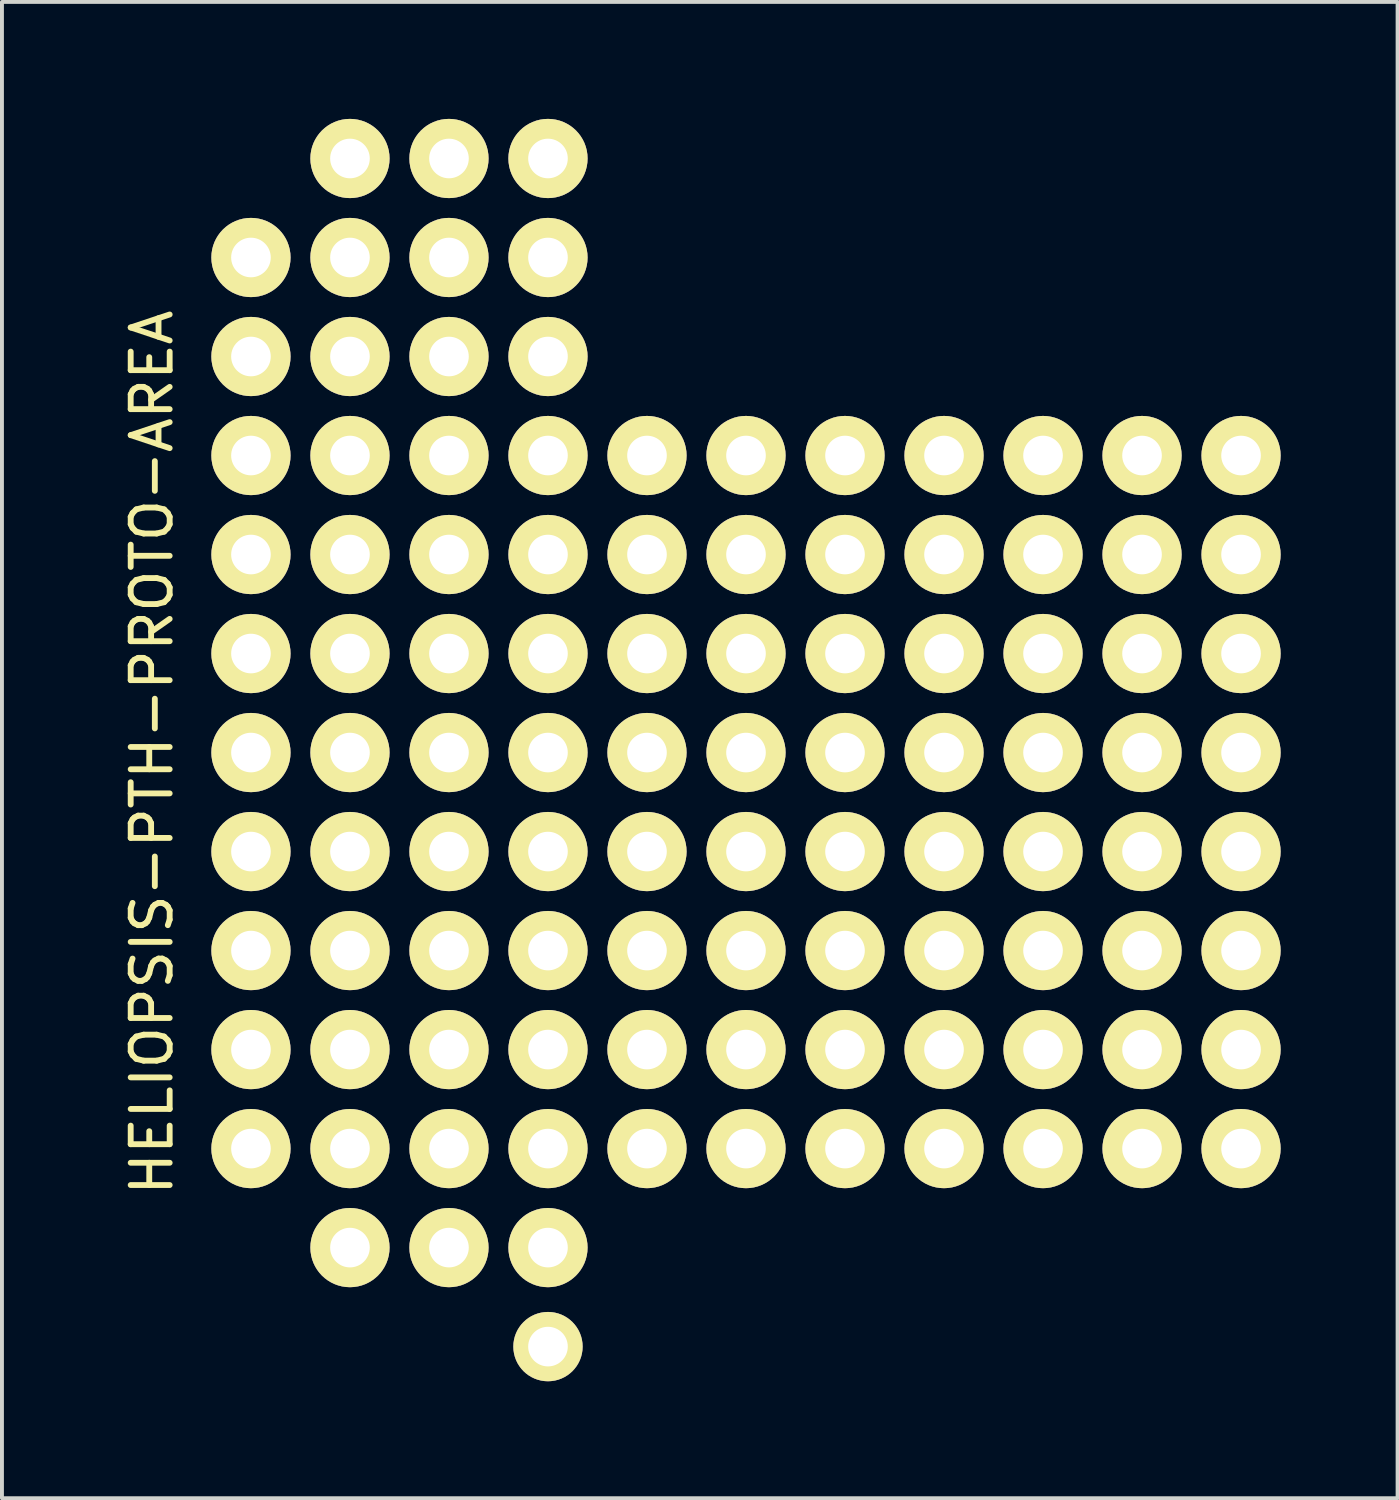
<source format=kicad_pcb>
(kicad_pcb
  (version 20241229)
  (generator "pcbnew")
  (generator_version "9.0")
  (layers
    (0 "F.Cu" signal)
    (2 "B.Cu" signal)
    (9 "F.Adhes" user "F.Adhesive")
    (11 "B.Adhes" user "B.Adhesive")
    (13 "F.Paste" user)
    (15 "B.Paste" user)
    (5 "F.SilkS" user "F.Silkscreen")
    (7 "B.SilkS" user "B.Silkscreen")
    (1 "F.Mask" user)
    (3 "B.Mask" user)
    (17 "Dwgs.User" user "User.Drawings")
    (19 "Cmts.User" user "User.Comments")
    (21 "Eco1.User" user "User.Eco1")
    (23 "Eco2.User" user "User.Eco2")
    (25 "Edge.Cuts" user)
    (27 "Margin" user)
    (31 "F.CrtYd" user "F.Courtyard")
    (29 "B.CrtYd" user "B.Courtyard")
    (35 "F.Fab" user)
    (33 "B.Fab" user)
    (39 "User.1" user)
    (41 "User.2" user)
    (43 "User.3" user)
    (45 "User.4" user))
  (footprint "HELIOPSIS-PTH-PROTO-AREA"
    (layer "F.Cu")
    (at 28.788 16.256)
    (property "Reference" "HELIOPSIS-PTH-PROTO-AREA" (at -27.94 0 270) (layer "F.SilkS") (effects (font (size 1 1) (thickness 0.15))))
    (attr through_hole)
    (pad "15" thru_hole circle (at 0 -7.62) (size 2.032 2.032) (drill 1.016) (layers "*.Cu" "*.Mask" "F.SilkS"))
    (pad "16" thru_hole circle (at 0 -5.08) (size 2.032 2.032) (drill 1.016) (layers "*.Cu" "*.Mask" "F.SilkS"))
    (pad "17" thru_hole circle (at 0 -2.54) (size 2.032 2.032) (drill 1.016) (layers "*.Cu" "*.Mask" "F.SilkS"))
    (pad "18" thru_hole circle (at 0 0) (size 2.032 2.032) (drill 1.016) (layers "*.Cu" "*.Mask" "F.SilkS"))
    (pad "19" thru_hole circle (at 0 2.54) (size 2.032 2.032) (drill 1.016) (layers "*.Cu" "*.Mask" "F.SilkS"))
    (pad "25" thru_hole circle (at -2.54 -7.62) (size 2.032 2.032) (drill 1.016) (layers "*.Cu" "*.Mask" "F.SilkS"))
    (pad "26" thru_hole circle (at -2.54 -5.08) (size 2.032 2.032) (drill 1.016) (layers "*.Cu" "*.Mask" "F.SilkS"))
    (pad "27" thru_hole circle (at -2.54 -2.54) (size 2.032 2.032) (drill 1.016) (layers "*.Cu" "*.Mask" "F.SilkS"))
    (pad "28" thru_hole circle (at -2.54 0) (size 2.032 2.032) (drill 1.016) (layers "*.Cu" "*.Mask" "F.SilkS"))
    (pad "29" thru_hole circle (at -2.54 2.54) (size 2.032 2.032) (drill 1.016) (layers "*.Cu" "*.Mask" "F.SilkS"))
    (pad "35" thru_hole circle (at -5.08 -7.62) (size 2.032 2.032) (drill 1.016) (layers "*.Cu" "*.Mask" "F.SilkS"))
    (pad "36" thru_hole circle (at -5.08 -5.08) (size 2.032 2.032) (drill 1.016) (layers "*.Cu" "*.Mask" "F.SilkS"))
    (pad "37" thru_hole circle (at -5.08 -2.54) (size 2.032 2.032) (drill 1.016) (layers "*.Cu" "*.Mask" "F.SilkS"))
    (pad "38" thru_hole circle (at -5.08 0) (size 2.032 2.032) (drill 1.016) (layers "*.Cu" "*.Mask" "F.SilkS"))
    (pad "39" thru_hole circle (at -5.08 2.54) (size 2.032 2.032) (drill 1.016) (layers "*.Cu" "*.Mask" "F.SilkS"))
    (pad "45" thru_hole circle (at -7.62 -7.62) (size 2.032 2.032) (drill 1.016) (layers "*.Cu" "*.Mask" "F.SilkS"))
    (pad "46" thru_hole circle (at -7.62 -5.08) (size 2.032 2.032) (drill 1.016) (layers "*.Cu" "*.Mask" "F.SilkS"))
    (pad "47" thru_hole circle (at -7.62 -2.54) (size 2.032 2.032) (drill 1.016) (layers "*.Cu" "*.Mask" "F.SilkS"))
    (pad "48" thru_hole circle (at -7.62 0) (size 2.032 2.032) (drill 1.016) (layers "*.Cu" "*.Mask" "F.SilkS"))
    (pad "49" thru_hole circle (at -7.62 2.54) (size 2.032 2.032) (drill 1.016) (layers "*.Cu" "*.Mask" "F.SilkS"))
    (pad "55" thru_hole circle (at -10.16 -7.62) (size 2.032 2.032) (drill 1.016) (layers "*.Cu" "*.Mask" "F.SilkS"))
    (pad "56" thru_hole circle (at -10.16 -5.08) (size 2.032 2.032) (drill 1.016) (layers "*.Cu" "*.Mask" "F.SilkS"))
    (pad "57" thru_hole circle (at -10.16 -2.54) (size 2.032 2.032) (drill 1.016) (layers "*.Cu" "*.Mask" "F.SilkS"))
    (pad "58" thru_hole circle (at -10.16 0) (size 2.032 2.032) (drill 1.016) (layers "*.Cu" "*.Mask" "F.SilkS"))
    (pad "59" thru_hole circle (at -10.16 2.54) (size 2.032 2.032) (drill 1.016) (layers "*.Cu" "*.Mask" "F.SilkS"))
    (pad "65" thru_hole circle (at -12.7 -7.62) (size 2.032 2.032) (drill 1.016) (layers "*.Cu" "*.Mask" "F.SilkS"))
    (pad "66" thru_hole circle (at -12.7 -5.08) (size 2.032 2.032) (drill 1.016) (layers "*.Cu" "*.Mask" "F.SilkS"))
    (pad "67" thru_hole circle (at -12.7 -2.54) (size 2.032 2.032) (drill 1.016) (layers "*.Cu" "*.Mask" "F.SilkS"))
    (pad "68" thru_hole circle (at -12.7 0) (size 2.032 2.032) (drill 1.016) (layers "*.Cu" "*.Mask" "F.SilkS"))
    (pad "69" thru_hole circle (at -12.7 2.54) (size 2.032 2.032) (drill 1.016) (layers "*.Cu" "*.Mask" "F.SilkS"))
    (pad "75" thru_hole circle (at -15.24 -7.62) (size 2.032 2.032) (drill 1.016) (layers "*.Cu" "*.Mask" "F.SilkS"))
    (pad "76" thru_hole circle (at -15.24 -5.08) (size 2.032 2.032) (drill 1.016) (layers "*.Cu" "*.Mask" "F.SilkS"))
    (pad "77" thru_hole circle (at -15.24 -2.54) (size 2.032 2.032) (drill 1.016) (layers "*.Cu" "*.Mask" "F.SilkS"))
    (pad "78" thru_hole circle (at -15.24 0) (size 2.032 2.032) (drill 1.016) (layers "*.Cu" "*.Mask" "F.SilkS"))
    (pad "79" thru_hole circle (at -15.24 2.54) (size 2.032 2.032) (drill 1.016) (layers "*.Cu" "*.Mask" "F.SilkS"))
    (pad "82" thru_hole circle (at -17.78 -15.24) (size 2.032 2.032) (drill 1.016) (layers "*.Cu" "*.Mask" "F.SilkS"))
    (pad "83" thru_hole circle (at -17.78 -12.7) (size 2.032 2.032) (drill 1.016) (layers "*.Cu" "*.Mask" "F.SilkS"))
    (pad "84" thru_hole circle (at -17.78 -10.16) (size 2.032 2.032) (drill 1.016) (layers "*.Cu" "*.Mask" "F.SilkS"))
    (pad "85" thru_hole circle (at -17.78 -7.62) (size 2.032 2.032) (drill 1.016) (layers "*.Cu" "*.Mask" "F.SilkS"))
    (pad "86" thru_hole circle (at -17.78 -5.08) (size 2.032 2.032) (drill 1.016) (layers "*.Cu" "*.Mask" "F.SilkS"))
    (pad "87" thru_hole circle (at -17.78 -2.54) (size 2.032 2.032) (drill 1.016) (layers "*.Cu" "*.Mask" "F.SilkS"))
    (pad "88" thru_hole circle (at -17.78 0) (size 2.032 2.032) (drill 1.016) (layers "*.Cu" "*.Mask" "F.SilkS"))
    (pad "89" thru_hole circle (at -17.78 2.54) (size 2.032 2.032) (drill 1.016) (layers "*.Cu" "*.Mask" "F.SilkS"))
    (pad "92" thru_hole circle (at -20.32 -15.24) (size 2.032 2.032) (drill 1.016) (layers "*.Cu" "*.Mask" "F.SilkS"))
    (pad "93" thru_hole circle (at -20.32 -12.7) (size 2.032 2.032) (drill 1.016) (layers "*.Cu" "*.Mask" "F.SilkS"))
    (pad "94" thru_hole circle (at -20.32 -10.16) (size 2.032 2.032) (drill 1.016) (layers "*.Cu" "*.Mask" "F.SilkS"))
    (pad "95" thru_hole circle (at -20.32 -7.62) (size 2.032 2.032) (drill 1.016) (layers "*.Cu" "*.Mask" "F.SilkS"))
    (pad "96" thru_hole circle (at -20.32 -5.08) (size 2.032 2.032) (drill 1.016) (layers "*.Cu" "*.Mask" "F.SilkS"))
    (pad "97" thru_hole circle (at -20.32 -2.54) (size 2.032 2.032) (drill 1.016) (layers "*.Cu" "*.Mask" "F.SilkS"))
    (pad "98" thru_hole circle (at -20.32 0) (size 2.032 2.032) (drill 1.016) (layers "*.Cu" "*.Mask" "F.SilkS"))
    (pad "99" thru_hole circle (at -20.32 2.54) (size 2.032 2.032) (drill 1.016) (layers "*.Cu" "*.Mask" "F.SilkS"))
    (pad "102" thru_hole circle (at -22.86 -15.24) (size 2.032 2.032) (drill 1.016) (layers "*.Cu" "*.Mask" "F.SilkS"))
    (pad "103" thru_hole circle (at -22.86 -12.7) (size 2.032 2.032) (drill 1.016) (layers "*.Cu" "*.Mask" "F.SilkS"))
    (pad "104" thru_hole circle (at -22.86 -10.16) (size 2.032 2.032) (drill 1.016) (layers "*.Cu" "*.Mask" "F.SilkS"))
    (pad "105" thru_hole circle (at -22.86 -7.62) (size 2.032 2.032) (drill 1.016) (layers "*.Cu" "*.Mask" "F.SilkS"))
    (pad "106" thru_hole circle (at -22.86 -5.08) (size 2.032 2.032) (drill 1.016) (layers "*.Cu" "*.Mask" "F.SilkS"))
    (pad "107" thru_hole circle (at -22.86 -2.54) (size 2.032 2.032) (drill 1.016) (layers "*.Cu" "*.Mask" "F.SilkS"))
    (pad "108" thru_hole circle (at -22.86 0) (size 2.032 2.032) (drill 1.016) (layers "*.Cu" "*.Mask" "F.SilkS"))
    (pad "109" thru_hole circle (at -22.86 2.54) (size 2.032 2.032) (drill 1.016) (layers "*.Cu" "*.Mask" "F.SilkS"))
    (pad "110" thru_hole circle (at 0 5.08) (size 2.032 2.032) (drill 1.016) (layers "*.Cu" "*.Mask" "F.SilkS"))
    (pad "111" thru_hole circle (at 0 7.62) (size 2.032 2.032) (drill 1.016) (layers "*.Cu" "*.Mask" "F.SilkS"))
    (pad "112" thru_hole circle (at 0 10.16) (size 2.032 2.032) (drill 1.016) (layers "*.Cu" "*.Mask" "F.SilkS"))
    (pad "113" thru_hole circle (at -25.4 -12.7) (size 2.032 2.032) (drill 1.016) (layers "*.Cu" "*.Mask" "F.SilkS"))
    (pad "114" thru_hole circle (at -25.4 -10.16) (size 2.032 2.032) (drill 1.016) (layers "*.Cu" "*.Mask" "F.SilkS"))
    (pad "115" thru_hole circle (at -25.4 -7.62) (size 2.032 2.032) (drill 1.016) (layers "*.Cu" "*.Mask" "F.SilkS"))
    (pad "116" thru_hole circle (at -25.4 -5.08) (size 2.032 2.032) (drill 1.016) (layers "*.Cu" "*.Mask" "F.SilkS"))
    (pad "117" thru_hole circle (at -25.4 -2.54) (size 2.032 2.032) (drill 1.016) (layers "*.Cu" "*.Mask" "F.SilkS"))
    (pad "118" thru_hole circle (at -25.4 0) (size 2.032 2.032) (drill 1.016) (layers "*.Cu" "*.Mask" "F.SilkS"))
    (pad "119" thru_hole circle (at -25.4 2.54) (size 2.032 2.032) (drill 1.016) (layers "*.Cu" "*.Mask" "F.SilkS"))
    (pad "210" thru_hole circle (at -2.54 5.08) (size 2.032 2.032) (drill 1.016) (layers "*.Cu" "*.Mask" "F.SilkS"))
    (pad "211" thru_hole circle (at -2.54 7.62) (size 2.032 2.032) (drill 1.016) (layers "*.Cu" "*.Mask" "F.SilkS"))
    (pad "212" thru_hole circle (at -2.54 10.16) (size 2.032 2.032) (drill 1.016) (layers "*.Cu" "*.Mask" "F.SilkS"))
    (pad "310" thru_hole circle (at -5.08 5.08) (size 2.032 2.032) (drill 1.016) (layers "*.Cu" "*.Mask" "F.SilkS"))
    (pad "311" thru_hole circle (at -5.08 7.62) (size 2.032 2.032) (drill 1.016) (layers "*.Cu" "*.Mask" "F.SilkS"))
    (pad "312" thru_hole circle (at -5.08 10.16) (size 2.032 2.032) (drill 1.016) (layers "*.Cu" "*.Mask" "F.SilkS"))
    (pad "410" thru_hole circle (at -7.62 5.08) (size 2.032 2.032) (drill 1.016) (layers "*.Cu" "*.Mask" "F.SilkS"))
    (pad "411" thru_hole circle (at -7.62 7.62) (size 2.032 2.032) (drill 1.016) (layers "*.Cu" "*.Mask" "F.SilkS"))
    (pad "412" thru_hole circle (at -7.62 10.16) (size 2.032 2.032) (drill 1.016) (layers "*.Cu" "*.Mask" "F.SilkS"))
    (pad "510" thru_hole circle (at -10.16 5.08) (size 2.032 2.032) (drill 1.016) (layers "*.Cu" "*.Mask" "F.SilkS"))
    (pad "511" thru_hole circle (at -10.16 7.62) (size 2.032 2.032) (drill 1.016) (layers "*.Cu" "*.Mask" "F.SilkS"))
    (pad "512" thru_hole circle (at -10.16 10.16) (size 2.032 2.032) (drill 1.016) (layers "*.Cu" "*.Mask" "F.SilkS"))
    (pad "610" thru_hole circle (at -12.7 5.08) (size 2.032 2.032) (drill 1.016) (layers "*.Cu" "*.Mask" "F.SilkS"))
    (pad "611" thru_hole circle (at -12.7 7.62) (size 2.032 2.032) (drill 1.016) (layers "*.Cu" "*.Mask" "F.SilkS"))
    (pad "612" thru_hole circle (at -12.7 10.16) (size 2.032 2.032) (drill 1.016) (layers "*.Cu" "*.Mask" "F.SilkS"))
    (pad "710" thru_hole circle (at -15.24 5.08) (size 2.032 2.032) (drill 1.016) (layers "*.Cu" "*.Mask" "F.SilkS"))
    (pad "711" thru_hole circle (at -15.24 7.62) (size 2.032 2.032) (drill 1.016) (layers "*.Cu" "*.Mask" "F.SilkS"))
    (pad "712" thru_hole circle (at -15.24 10.16) (size 2.032 2.032) (drill 1.016) (layers "*.Cu" "*.Mask" "F.SilkS"))
    (pad "810" thru_hole circle (at -17.78 5.08) (size 2.032 2.032) (drill 1.016) (layers "*.Cu" "*.Mask" "F.SilkS"))
    (pad "811" thru_hole circle (at -17.78 7.62) (size 2.032 2.032) (drill 1.016) (layers "*.Cu" "*.Mask" "F.SilkS"))
    (pad "812" thru_hole circle (at -17.78 10.16) (size 2.032 2.032) (drill 1.016) (layers "*.Cu" "*.Mask" "F.SilkS"))
    (pad "813" thru_hole circle (at -17.78 12.7) (size 2.032 2.032) (drill 1.016) (layers "*.Cu" "*.Mask" "F.SilkS"))
    (pad "814" thru_hole circle (at -17.78 15.24) (size 1.778 1.778) (drill 1.016) (layers "*.Cu" "*.Mask" "F.SilkS"))
    (pad "910" thru_hole circle (at -20.32 5.08) (size 2.032 2.032) (drill 1.016) (layers "*.Cu" "*.Mask" "F.SilkS"))
    (pad "911" thru_hole circle (at -20.32 7.62) (size 2.032 2.032) (drill 1.016) (layers "*.Cu" "*.Mask" "F.SilkS"))
    (pad "912" thru_hole circle (at -20.32 10.16) (size 2.032 2.032) (drill 1.016) (layers "*.Cu" "*.Mask" "F.SilkS"))
    (pad "913" thru_hole circle (at -20.32 12.7) (size 2.032 2.032) (drill 1.016) (layers "*.Cu" "*.Mask" "F.SilkS"))
    (pad "1010" thru_hole circle (at -22.86 5.08) (size 2.032 2.032) (drill 1.016) (layers "*.Cu" "*.Mask" "F.SilkS"))
    (pad "1011" thru_hole circle (at -22.86 7.62) (size 2.032 2.032) (drill 1.016) (layers "*.Cu" "*.Mask" "F.SilkS"))
    (pad "1012" thru_hole circle (at -22.86 10.16) (size 2.032 2.032) (drill 1.016) (layers "*.Cu" "*.Mask" "F.SilkS"))
    (pad "1013" thru_hole circle (at -22.86 12.7) (size 2.032 2.032) (drill 1.016) (layers "*.Cu" "*.Mask" "F.SilkS"))
    (pad "1110" thru_hole circle (at -25.4 5.08) (size 2.032 2.032) (drill 1.016) (layers "*.Cu" "*.Mask" "F.SilkS"))
    (pad "1111" thru_hole circle (at -25.4 7.62) (size 2.032 2.032) (drill 1.016) (layers "*.Cu" "*.Mask" "F.SilkS"))
    (pad "1112" thru_hole circle (at -25.4 10.16) (size 2.032 2.032) (drill 1.016) (layers "*.Cu" "*.Mask" "F.SilkS")))
  (gr_rect
    (start -3 -3)
    (end 32.804 35.385)
    (stroke (width 0.1) (type default))
    (fill no)
    (layer "Edge.Cuts")))
</source>
